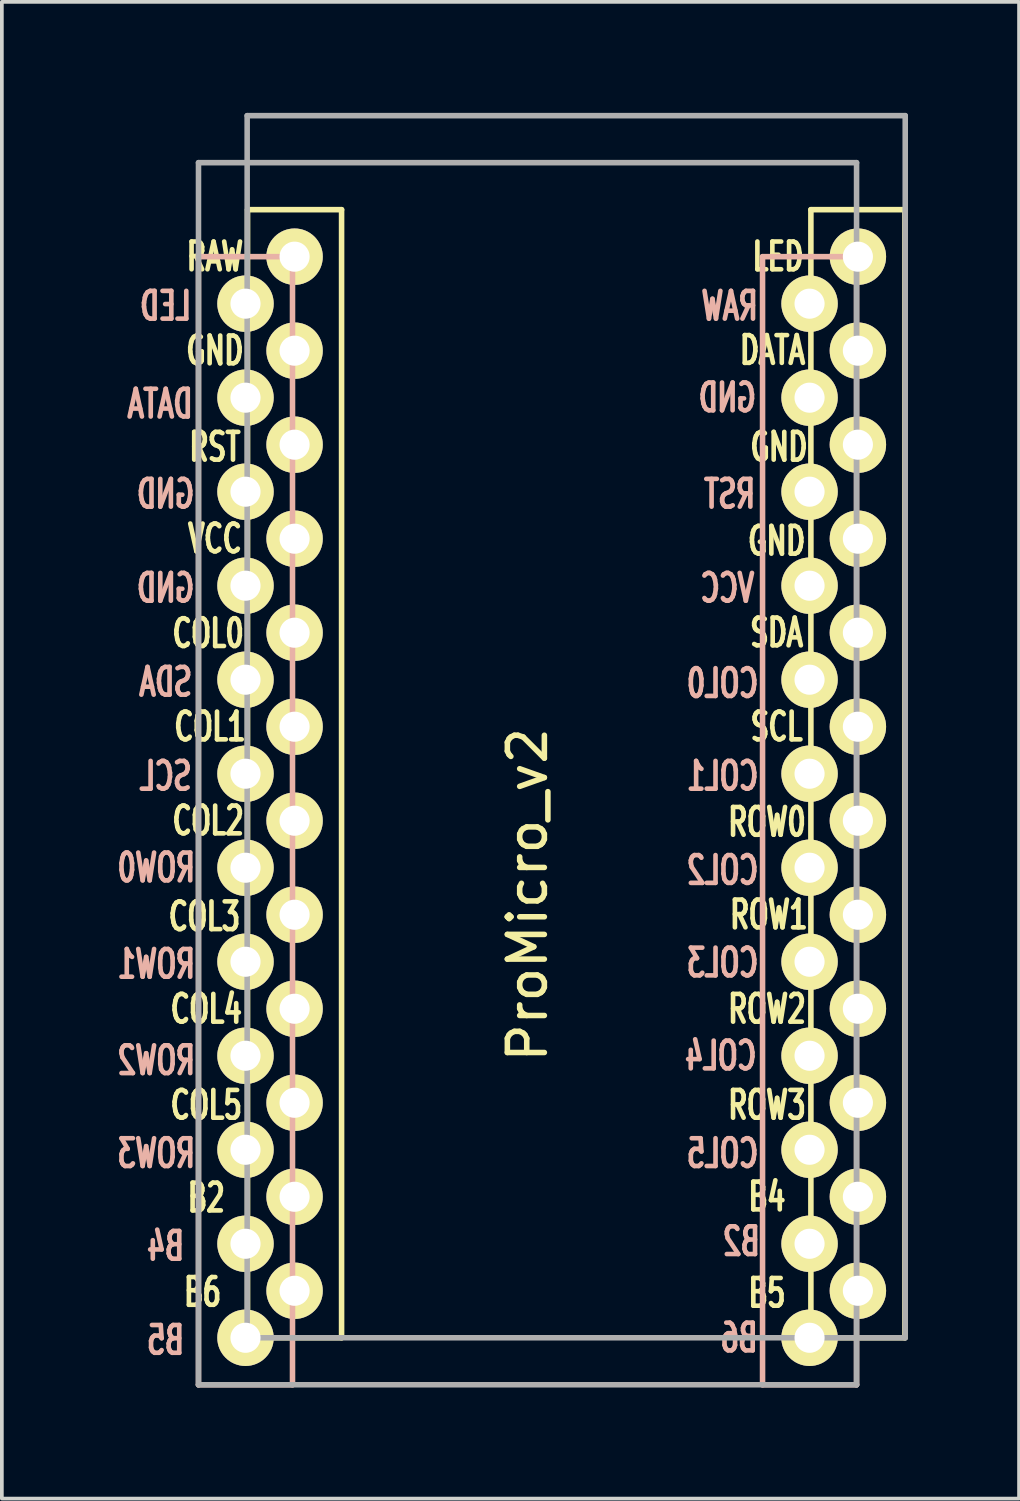
<source format=kicad_pcb>
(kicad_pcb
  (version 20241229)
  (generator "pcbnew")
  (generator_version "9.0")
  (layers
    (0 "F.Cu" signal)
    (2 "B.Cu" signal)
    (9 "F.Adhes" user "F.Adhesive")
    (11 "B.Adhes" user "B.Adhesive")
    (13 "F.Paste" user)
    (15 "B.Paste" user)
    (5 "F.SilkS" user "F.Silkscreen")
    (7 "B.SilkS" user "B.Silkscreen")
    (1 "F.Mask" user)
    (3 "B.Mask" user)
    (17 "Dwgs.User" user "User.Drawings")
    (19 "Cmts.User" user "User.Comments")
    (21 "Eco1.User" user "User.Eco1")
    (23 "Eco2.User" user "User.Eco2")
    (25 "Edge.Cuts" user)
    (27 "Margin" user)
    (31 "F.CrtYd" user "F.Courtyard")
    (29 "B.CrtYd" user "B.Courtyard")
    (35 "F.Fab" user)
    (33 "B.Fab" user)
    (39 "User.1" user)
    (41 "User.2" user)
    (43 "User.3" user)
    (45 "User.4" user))
  (footprint "ProMicro_v2"
    (layer "F.Cu")
    (at 12.473 18.363)
    (property "Reference" "ProMicro_v2" (at -1.27 2.762 270) (layer "F.SilkS") (effects (font (size 1 1) (thickness 0.15))))
    (attr through_hole)
    (fp_line (start -8.834 -15.748) (end -6.294 -15.748) (stroke (width 0.15) (type solid)) (layer "F.SilkS"))
    (fp_line (start -8.834 14.732) (end -8.834 -15.748) (stroke (width 0.15) (type solid)) (layer "F.SilkS"))
    (fp_line (start -6.294 -15.748) (end -6.294 14.732) (stroke (width 0.15) (type solid)) (layer "F.SilkS"))
    (fp_line (start -6.294 14.732) (end -8.834 14.732) (stroke (width 0.15) (type solid)) (layer "F.SilkS"))
    (fp_line (start 6.386 -15.748) (end 8.926 -15.748) (stroke (width 0.15) (type solid)) (layer "F.SilkS"))
    (fp_line (start 6.386 14.732) (end 6.386 -15.748) (stroke (width 0.15) (type solid)) (layer "F.SilkS"))
    (fp_line (start 8.926 -15.748) (end 8.926 14.732) (stroke (width 0.15) (type solid)) (layer "F.SilkS"))
    (fp_line (start 8.926 14.732) (end 6.386 14.732) (stroke (width 0.15) (type solid)) (layer "F.SilkS"))
    (fp_line (start -10.16 -14.478) (end -7.62 -14.478) (stroke (width 0.15) (type solid)) (layer "B.SilkS"))
    (fp_line (start -10.16 16.002) (end -10.16 -14.478) (stroke (width 0.15) (type solid)) (layer "B.SilkS"))
    (fp_line (start -7.62 -14.478) (end -7.62 16.002) (stroke (width 0.15) (type solid)) (layer "B.SilkS"))
    (fp_line (start -7.62 16.002) (end -10.16 16.002) (stroke (width 0.15) (type solid)) (layer "B.SilkS"))
    (fp_line (start 5.08 -14.478) (end 7.62 -14.478) (stroke (width 0.15) (type solid)) (layer "B.SilkS"))
    (fp_line (start 5.08 16.002) (end 5.08 -14.478) (stroke (width 0.15) (type solid)) (layer "B.SilkS"))
    (fp_line (start 7.62 -14.478) (end 7.62 16.002) (stroke (width 0.15) (type solid)) (layer "B.SilkS"))
    (fp_line (start 7.62 16.002) (end 5.08 16.002) (stroke (width 0.15) (type solid)) (layer "B.SilkS"))
    (fp_line (start -10.16 -17.018) (end 7.62 -17.018) (stroke (width 0.15) (type solid)) (layer "F.Fab"))
    (fp_line (start -10.16 16.002) (end -10.16 -17.018) (stroke (width 0.15) (type solid)) (layer "F.Fab"))
    (fp_line (start -8.845 -18.288) (end 8.935 -18.288) (stroke (width 0.15) (type solid)) (layer "F.Fab"))
    (fp_line (start -8.845 14.732) (end -8.845 -18.288) (stroke (width 0.15) (type solid)) (layer "F.Fab"))
    (fp_line (start 7.62 -17.018) (end 7.62 16.002) (stroke (width 0.15) (type solid)) (layer "F.Fab"))
    (fp_line (start 7.62 16.002) (end -10.16 16.002) (stroke (width 0.15) (type solid)) (layer "F.Fab"))
    (fp_line (start 8.935 -18.288) (end 8.935 14.732) (stroke (width 0.15) (type solid)) (layer "F.Fab"))
    (fp_line (start 8.935 14.732) (end -8.845 14.732) (stroke (width 0.15) (type solid)) (layer "F.Fab"))
    (fp_text user "GND" (at 5.524 -9.335 0) (layer "F.SilkS") (effects (font (size 0.75 0.5) (thickness 0.125))))
    (fp_text user "COL4" (at -9.95 5.85 0) (layer "F.SilkS") (effects (font (size 0.75 0.5) (thickness 0.125))))
    (fp_text user "B2" (at -9.95 10.95 0) (layer "F.SilkS") (effects (font (size 0.75 0.5) (thickness 0.125))))
    (fp_text user "B6" (at -10.05 13.5 0) (layer "F.SilkS") (effects (font (size 0.75 0.5) (thickness 0.125))))
    (fp_text user "GND" (at 5.461 -6.795 0) (layer "F.SilkS") (effects (font (size 0.75 0.5) (thickness 0.125))))
    (fp_text user "COL1" (at -9.85 -1.778 0) (layer "F.SilkS") (effects (font (size 0.75 0.5) (thickness 0.125))))
    (fp_text user "ROW3" (at 5.2 8.445 0) (layer "F.SilkS") (effects (font (size 0.75 0.5) (thickness 0.125))))
    (fp_text user "ROW0" (at 5.2 0.8 0) (layer "F.SilkS") (effects (font (size 0.75 0.5) (thickness 0.125))))
    (fp_text user "COL5" (at -9.95 8.445 0) (layer "F.SilkS") (effects (font (size 0.75 0.5) (thickness 0.125))))
    (fp_text user "SCL" (at 5.461 -1.778 0) (layer "F.SilkS") (effects (font (size 0.75 0.5) (thickness 0.125))))
    (fp_text user "RST" (at -9.716 -9.335 0) (layer "F.SilkS") (effects (font (size 0.75 0.5) (thickness 0.125))))
    (fp_text user "LED" (at 5.5 -14.478 0) (layer "F.SilkS") (effects (font (size 0.75 0.5) (thickness 0.125))))
    (fp_text user "DATA" (at 5.35 -11.95 0) (layer "F.SilkS") (effects (font (size 0.75 0.5) (thickness 0.125))))
    (fp_text user "COL0" (at -9.9 -4.3 0) (layer "F.SilkS") (effects (font (size 0.75 0.5) (thickness 0.125))))
    (fp_text user "ROW1" (at 5.25 3.302 0) (layer "F.SilkS") (effects (font (size 0.75 0.5) (thickness 0.125))))
    (fp_text user "SDA" (at 5.461 -4.318 0) (layer "F.SilkS") (effects (font (size 0.75 0.5) (thickness 0.125))))
    (fp_text user "VCC" (at -9.716 -6.858 0) (layer "F.SilkS") (effects (font (size 0.75 0.5) (thickness 0.125))))
    (fp_text user "COL3" (at -10 3.35 0) (layer "F.SilkS") (effects (font (size 0.75 0.5) (thickness 0.125))))
    (fp_text user "B5" (at 5.2 13.525 0) (layer "F.SilkS") (effects (font (size 0.75 0.5) (thickness 0.125))))
    (fp_text user "RAW" (at -9.716 -14.478 0) (layer "F.SilkS") (effects (font (size 0.75 0.5) (thickness 0.125))))
    (fp_text user "B4" (at 5.2 10.922 0) (layer "F.SilkS") (effects (font (size 0.75 0.5) (thickness 0.125))))
    (fp_text user "GND" (at -9.716 -11.938 0) (layer "F.SilkS") (effects (font (size 0.75 0.5) (thickness 0.125))))
    (fp_text user "" (at -0.5 -17.25 0) (layer "F.SilkS") (effects (font (size 1 1) (thickness 0.15))))
    (fp_text user "COL2" (at -9.9 0.762 0) (layer "F.SilkS") (effects (font (size 0.75 0.5) (thickness 0.125))))
    (fp_text user "ROW2" (at 5.2 5.85 0) (layer "F.SilkS") (effects (font (size 0.75 0.5) (thickness 0.125))))
    (fp_text user "GND" (at -11.049 -8.065 0) (layer "B.SilkS") (effects (font (size 0.75 0.5) (thickness 0.125)) (justify mirror)))
    (fp_text user "VCC" (at 4.128 -5.524 0) (layer "B.SilkS") (effects (font (size 0.75 0.5) (thickness 0.125)) (justify mirror)))
    (fp_text user "ROW3" (at -11.3 9.75 0) (layer "B.SilkS") (effects (font (size 0.75 0.5) (thickness 0.125)) (justify mirror)))
    (fp_text user "SDA" (at -11.049 -2.985 0) (layer "B.SilkS") (effects (font (size 0.75 0.5) (thickness 0.125)) (justify mirror)))
    (fp_text user "ROW1" (at -11.3 4.636 0) (layer "B.SilkS") (effects (font (size 0.75 0.5) (thickness 0.125)) (justify mirror)))
    (fp_text user "COL4" (at 3.95 7.112 0) (layer "B.SilkS") (effects (font (size 0.75 0.5) (thickness 0.125)) (justify mirror)))
    (fp_text user "RAW" (at 4.191 -13.145 0) (layer "B.SilkS") (effects (font (size 0.75 0.5) (thickness 0.125)) (justify mirror)))
    (fp_text user "GND" (at 4.128 -10.668 0) (layer "B.SilkS") (effects (font (size 0.75 0.5) (thickness 0.125)) (justify mirror)))
    (fp_text user "COL3" (at 4 4.6 0) (layer "B.SilkS") (effects (font (size 0.75 0.5) (thickness 0.125)) (justify mirror)))
    (fp_text user "SCL" (at -11.049 -0.445 0) (layer "B.SilkS") (effects (font (size 0.75 0.5) (thickness 0.125)) (justify mirror)))
    (fp_text user "RST" (at 4.191 -8.065 0) (layer "B.SilkS") (effects (font (size 0.75 0.5) (thickness 0.125)) (justify mirror)))
    (fp_text user "ROW0" (at -11.3 2.032 0) (layer "B.SilkS") (effects (font (size 0.75 0.5) (thickness 0.125)) (justify mirror)))
    (fp_text user "LED" (at -11.049 -13.145 0) (layer "B.SilkS") (effects (font (size 0.75 0.5) (thickness 0.125)) (justify mirror)))
    (fp_text user "COL1" (at 4 -0.445 0) (layer "B.SilkS") (effects (font (size 0.75 0.5) (thickness 0.125)) (justify mirror)))
    (fp_text user "" (at -1.206 -16.256 0) (layer "B.SilkS") (effects (font (size 1 1) (thickness 0.15)) (justify mirror)))
    (fp_text user "GND" (at -11.049 -5.524 0) (layer "B.SilkS") (effects (font (size 0.75 0.5) (thickness 0.125)) (justify mirror)))
    (fp_text user "COL2" (at 4 2.1 0) (layer "B.SilkS") (effects (font (size 0.75 0.5) (thickness 0.125)) (justify mirror)))
    (fp_text user "B4" (at -11.049 12.255 0) (layer "B.SilkS") (effects (font (size 0.75 0.5) (thickness 0.125)) (justify mirror)))
    (fp_text user "COL0" (at 4 -2.95 0) (layer "B.SilkS") (effects (font (size 0.75 0.5) (thickness 0.125)) (justify mirror)))
    (fp_text user "B5" (at -11.049 14.796 0) (layer "B.SilkS") (effects (font (size 0.75 0.5) (thickness 0.125)) (justify mirror)))
    (fp_text user "COL5" (at 4 9.75 0) (layer "B.SilkS") (effects (font (size 0.75 0.5) (thickness 0.125)) (justify mirror)))
    (fp_text user "DATA" (at -11.2 -10.5 0) (layer "B.SilkS") (effects (font (size 0.75 0.5) (thickness 0.125)) (justify mirror)))
    (fp_text user "ROW2" (at -11.3 7.239 0) (layer "B.SilkS") (effects (font (size 0.75 0.5) (thickness 0.125)) (justify mirror)))
    (fp_text user "B6" (at 4.445 14.732 0) (layer "B.SilkS") (effects (font (size 0.75 0.5) (thickness 0.125)) (justify mirror)))
    (fp_text user "B2" (at 4.508 12.129 0) (layer "B.SilkS") (effects (font (size 0.75 0.5) (thickness 0.125)) (justify mirror)))
    (pad "1" thru_hole circle (at -8.89 -13.208) (size 1.524 1.524) (drill 0.813) (layers "*.Cu" "*.Mask" "F.SilkS"))
    (pad "1" thru_hole circle (at 7.656 -14.478) (size 1.524 1.524) (drill 0.813) (layers "*.Cu" "*.Mask" "F.SilkS"))
    (pad "2" thru_hole circle (at -8.89 -10.668) (size 1.524 1.524) (drill 0.813) (layers "*.Cu" "*.Mask" "F.SilkS"))
    (pad "2" thru_hole circle (at 7.656 -11.938) (size 1.524 1.524) (drill 0.813) (layers "*.Cu" "*.Mask" "F.SilkS"))
    (pad "3" thru_hole circle (at -8.89 -8.128) (size 1.524 1.524) (drill 0.813) (layers "*.Cu" "*.Mask" "F.SilkS"))
    (pad "3" thru_hole circle (at 7.656 -9.398) (size 1.524 1.524) (drill 0.813) (layers "*.Cu" "*.Mask" "F.SilkS"))
    (pad "4" thru_hole circle (at -8.89 -5.588) (size 1.524 1.524) (drill 0.813) (layers "*.Cu" "*.Mask" "F.SilkS"))
    (pad "4" thru_hole circle (at 7.656 -6.858) (size 1.524 1.524) (drill 0.813) (layers "*.Cu" "*.Mask" "F.SilkS"))
    (pad "5" thru_hole circle (at -8.89 -3.048) (size 1.524 1.524) (drill 0.813) (layers "*.Cu" "*.Mask" "F.SilkS"))
    (pad "5" thru_hole circle (at 7.656 -4.318) (size 1.524 1.524) (drill 0.813) (layers "*.Cu" "*.Mask" "F.SilkS"))
    (pad "6" thru_hole circle (at -8.89 -0.508) (size 1.524 1.524) (drill 0.813) (layers "*.Cu" "*.Mask" "F.SilkS"))
    (pad "6" thru_hole circle (at 7.656 -1.778) (size 1.524 1.524) (drill 0.813) (layers "*.Cu" "*.Mask" "F.SilkS"))
    (pad "7" thru_hole circle (at -8.89 2.032) (size 1.524 1.524) (drill 0.813) (layers "*.Cu" "*.Mask" "F.SilkS"))
    (pad "7" thru_hole circle (at 7.656 0.762) (size 1.524 1.524) (drill 0.813) (layers "*.Cu" "*.Mask" "F.SilkS"))
    (pad "8" thru_hole circle (at -8.89 4.572) (size 1.524 1.524) (drill 0.813) (layers "*.Cu" "*.Mask" "F.SilkS"))
    (pad "8" thru_hole circle (at 7.656 3.302) (size 1.524 1.524) (drill 0.813) (layers "*.Cu" "*.Mask" "F.SilkS"))
    (pad "9" thru_hole circle (at -8.89 7.112) (size 1.524 1.524) (drill 0.813) (layers "*.Cu" "*.Mask" "F.SilkS"))
    (pad "9" thru_hole circle (at 7.656 5.842) (size 1.524 1.524) (drill 0.813) (layers "*.Cu" "*.Mask" "F.SilkS"))
    (pad "10" thru_hole circle (at -8.89 9.652) (size 1.524 1.524) (drill 0.813) (layers "*.Cu" "*.Mask" "F.SilkS"))
    (pad "10" thru_hole circle (at 7.656 8.382) (size 1.524 1.524) (drill 0.813) (layers "*.Cu" "*.Mask" "F.SilkS"))
    (pad "11" thru_hole circle (at -8.89 12.192) (size 1.524 1.524) (drill 0.813) (layers "*.Cu" "*.Mask" "F.SilkS"))
    (pad "11" thru_hole circle (at 7.656 10.922) (size 1.524 1.524) (drill 0.813) (layers "*.Cu" "*.Mask" "F.SilkS"))
    (pad "12" thru_hole circle (at -8.89 14.732) (size 1.524 1.524) (drill 0.813) (layers "*.Cu" "*.Mask" "F.SilkS"))
    (pad "12" thru_hole circle (at 7.656 13.462) (size 1.524 1.524) (drill 0.813) (layers "*.Cu" "*.Mask" "F.SilkS"))
    (pad "13" thru_hole circle (at -7.564 13.462) (size 1.524 1.524) (drill 0.813) (layers "*.Cu" "*.Mask" "F.SilkS"))
    (pad "13" thru_hole circle (at 6.35 14.732) (size 1.524 1.524) (drill 0.813) (layers "*.Cu" "*.Mask" "F.SilkS"))
    (pad "14" thru_hole circle (at -7.564 10.922) (size 1.524 1.524) (drill 0.813) (layers "*.Cu" "*.Mask" "F.SilkS"))
    (pad "14" thru_hole circle (at 6.35 12.192) (size 1.524 1.524) (drill 0.813) (layers "*.Cu" "*.Mask" "F.SilkS"))
    (pad "15" thru_hole circle (at -7.564 8.382) (size 1.524 1.524) (drill 0.813) (layers "*.Cu" "*.Mask" "F.SilkS"))
    (pad "15" thru_hole circle (at 6.35 9.652) (size 1.524 1.524) (drill 0.813) (layers "*.Cu" "*.Mask" "F.SilkS"))
    (pad "16" thru_hole circle (at -7.564 5.842) (size 1.524 1.524) (drill 0.813) (layers "*.Cu" "*.Mask" "F.SilkS"))
    (pad "16" thru_hole circle (at 6.35 7.112) (size 1.524 1.524) (drill 0.813) (layers "*.Cu" "*.Mask" "F.SilkS"))
    (pad "17" thru_hole circle (at -7.564 3.302) (size 1.524 1.524) (drill 0.813) (layers "*.Cu" "*.Mask" "F.SilkS"))
    (pad "17" thru_hole circle (at 6.35 4.572) (size 1.524 1.524) (drill 0.813) (layers "*.Cu" "*.Mask" "F.SilkS"))
    (pad "18" thru_hole circle (at -7.564 0.762) (size 1.524 1.524) (drill 0.813) (layers "*.Cu" "*.Mask" "F.SilkS"))
    (pad "18" thru_hole circle (at 6.35 2.032) (size 1.524 1.524) (drill 0.813) (layers "*.Cu" "*.Mask" "F.SilkS"))
    (pad "19" thru_hole circle (at -7.564 -1.778) (size 1.524 1.524) (drill 0.813) (layers "*.Cu" "*.Mask" "F.SilkS"))
    (pad "19" thru_hole circle (at 6.35 -0.508) (size 1.524 1.524) (drill 0.813) (layers "*.Cu" "*.Mask" "F.SilkS"))
    (pad "20" thru_hole circle (at -7.564 -4.318) (size 1.524 1.524) (drill 0.813) (layers "*.Cu" "*.Mask" "F.SilkS"))
    (pad "20" thru_hole circle (at 6.35 -3.048) (size 1.524 1.524) (drill 0.813) (layers "*.Cu" "*.Mask" "F.SilkS"))
    (pad "21" thru_hole circle (at -7.564 -6.858) (size 1.524 1.524) (drill 0.813) (layers "*.Cu" "*.Mask" "F.SilkS"))
    (pad "21" thru_hole circle (at 6.35 -5.588) (size 1.524 1.524) (drill 0.813) (layers "*.Cu" "*.Mask" "F.SilkS"))
    (pad "22" thru_hole circle (at -7.564 -9.398) (size 1.524 1.524) (drill 0.813) (layers "*.Cu" "*.Mask" "F.SilkS"))
    (pad "22" thru_hole circle (at 6.35 -8.128) (size 1.524 1.524) (drill 0.813) (layers "*.Cu" "*.Mask" "F.SilkS"))
    (pad "23" thru_hole circle (at -7.564 -11.938) (size 1.524 1.524) (drill 0.813) (layers "*.Cu" "*.Mask" "F.SilkS"))
    (pad "23" thru_hole circle (at 6.35 -10.668) (size 1.524 1.524) (drill 0.813) (layers "*.Cu" "*.Mask" "F.SilkS"))
    (pad "24" thru_hole circle (at -7.564 -14.478) (size 1.524 1.524) (drill 0.813) (layers "*.Cu" "*.Mask" "F.SilkS"))
    (pad "24" thru_hole circle (at 6.35 -13.208) (size 1.524 1.524) (drill 0.813) (layers "*.Cu" "*.Mask" "F.SilkS")))
  (gr_rect
    (start -3 -3)
    (end 24.483 37.44)
    (stroke (width 0.1) (type default))
    (fill no)
    (layer "Edge.Cuts")))
</source>
